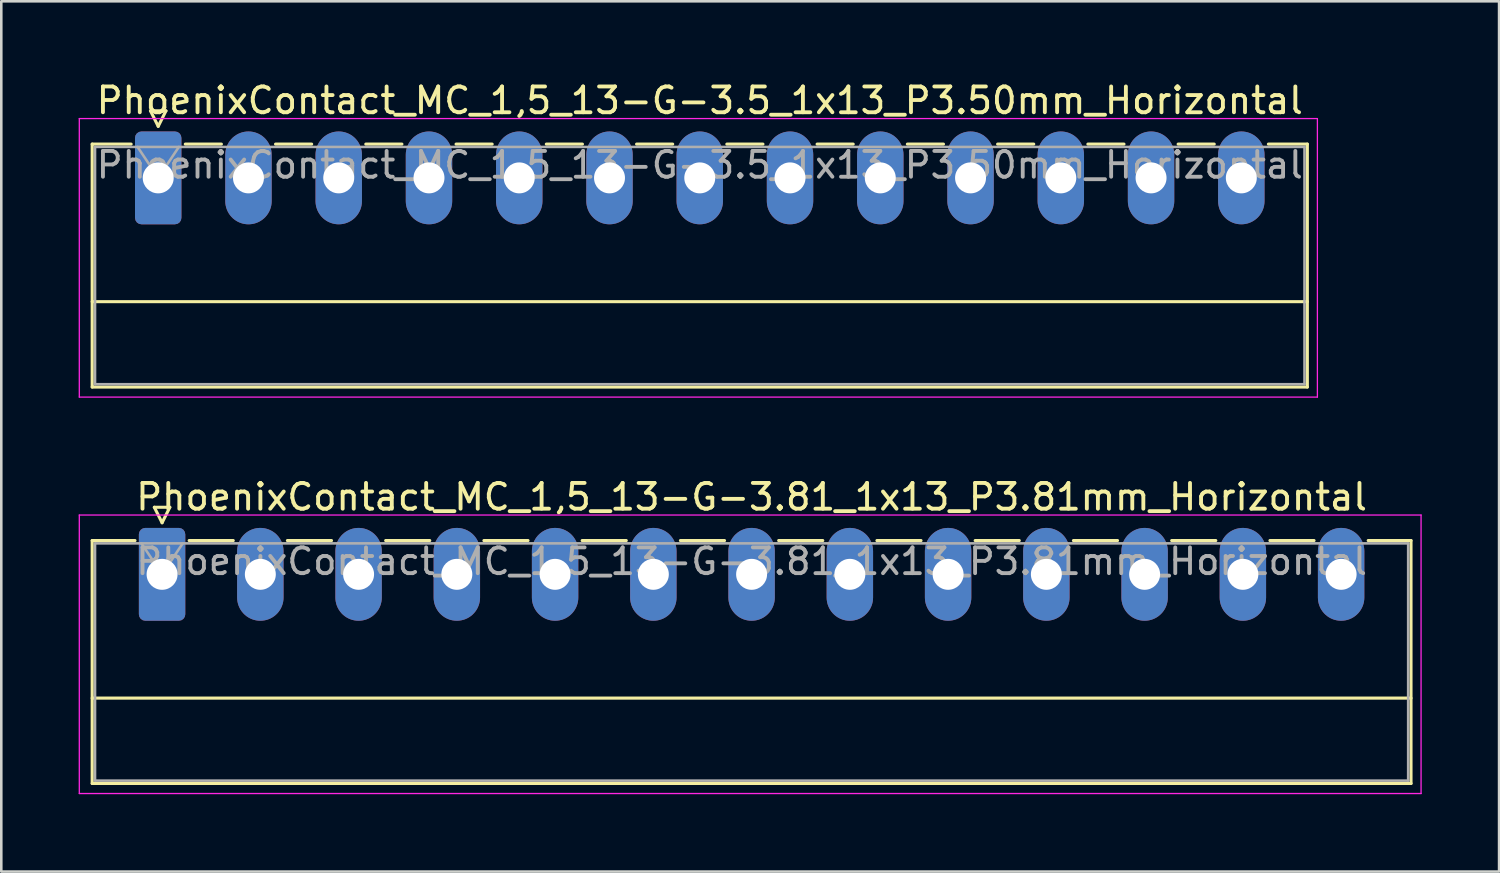
<source format=kicad_pcb>
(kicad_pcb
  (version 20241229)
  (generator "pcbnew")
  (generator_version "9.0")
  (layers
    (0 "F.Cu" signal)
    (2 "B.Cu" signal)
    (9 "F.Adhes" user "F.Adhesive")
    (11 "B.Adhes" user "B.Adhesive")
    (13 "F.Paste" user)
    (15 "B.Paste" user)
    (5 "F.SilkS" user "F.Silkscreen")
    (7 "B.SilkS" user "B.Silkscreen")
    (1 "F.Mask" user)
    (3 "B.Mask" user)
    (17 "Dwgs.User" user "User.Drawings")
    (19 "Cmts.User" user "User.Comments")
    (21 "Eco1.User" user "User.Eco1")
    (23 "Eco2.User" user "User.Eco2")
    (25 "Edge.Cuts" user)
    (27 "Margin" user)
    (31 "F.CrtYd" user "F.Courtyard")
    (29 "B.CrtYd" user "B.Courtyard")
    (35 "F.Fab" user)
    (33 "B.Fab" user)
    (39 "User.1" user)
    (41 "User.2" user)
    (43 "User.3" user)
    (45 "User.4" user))
  (footprint "PhoenixContact_MC_1,5_13-G-3.81_1x13_P3.81mm_Horizontal"
    (layer "F.Cu")
    (at 3.235 19.221)
    (property "Reference" "PhoenixContact_MC_1,5_13-G-3.81_1x13_P3.81mm_Horizontal" (at 22.86 -3 0) (layer "F.SilkS") (effects (font (size 1 1) (thickness 0.15))))
    (attr through_hole)
    (fp_line (start -2.71 -1.31) (end -2.71 8.11) (stroke (width 0.12) (type solid)) (layer "F.SilkS"))
    (fp_line (start -2.71 -1.31) (end -1.05 -1.31) (stroke (width 0.12) (type solid)) (layer "F.SilkS"))
    (fp_line (start -2.71 4.8) (end 48.43 4.8) (stroke (width 0.12) (type solid)) (layer "F.SilkS"))
    (fp_line (start -2.71 8.11) (end 48.43 8.11) (stroke (width 0.12) (type solid)) (layer "F.SilkS"))
    (fp_line (start -0.3 -2.6) (end 0.3 -2.6) (stroke (width 0.12) (type solid)) (layer "F.SilkS"))
    (fp_line (start 0 -2) (end -0.3 -2.6) (stroke (width 0.12) (type solid)) (layer "F.SilkS"))
    (fp_line (start 0.3 -2.6) (end 0 -2) (stroke (width 0.12) (type solid)) (layer "F.SilkS"))
    (fp_line (start 1.05 -1.31) (end 2.76 -1.31) (stroke (width 0.12) (type solid)) (layer "F.SilkS"))
    (fp_line (start 4.86 -1.31) (end 6.57 -1.31) (stroke (width 0.12) (type solid)) (layer "F.SilkS"))
    (fp_line (start 8.67 -1.31) (end 10.38 -1.31) (stroke (width 0.12) (type solid)) (layer "F.SilkS"))
    (fp_line (start 12.48 -1.31) (end 14.19 -1.31) (stroke (width 0.12) (type solid)) (layer "F.SilkS"))
    (fp_line (start 16.29 -1.31) (end 18 -1.31) (stroke (width 0.12) (type solid)) (layer "F.SilkS"))
    (fp_line (start 20.1 -1.31) (end 21.81 -1.31) (stroke (width 0.12) (type solid)) (layer "F.SilkS"))
    (fp_line (start 23.91 -1.31) (end 25.62 -1.31) (stroke (width 0.12) (type solid)) (layer "F.SilkS"))
    (fp_line (start 27.72 -1.31) (end 29.43 -1.31) (stroke (width 0.12) (type solid)) (layer "F.SilkS"))
    (fp_line (start 31.53 -1.31) (end 33.24 -1.31) (stroke (width 0.12) (type solid)) (layer "F.SilkS"))
    (fp_line (start 35.34 -1.31) (end 37.05 -1.31) (stroke (width 0.12) (type solid)) (layer "F.SilkS"))
    (fp_line (start 39.15 -1.31) (end 40.86 -1.31) (stroke (width 0.12) (type solid)) (layer "F.SilkS"))
    (fp_line (start 42.96 -1.31) (end 44.67 -1.31) (stroke (width 0.12) (type solid)) (layer "F.SilkS"))
    (fp_line (start 48.43 -1.31) (end 46.77 -1.31) (stroke (width 0.12) (type solid)) (layer "F.SilkS"))
    (fp_line (start 48.43 8.11) (end 48.43 -1.31) (stroke (width 0.12) (type solid)) (layer "F.SilkS"))
    (fp_line (start -3.21 -2.3) (end -3.21 8.5) (stroke (width 0.05) (type solid)) (layer "F.CrtYd"))
    (fp_line (start -3.21 8.5) (end 48.82 8.5) (stroke (width 0.05) (type solid)) (layer "F.CrtYd"))
    (fp_line (start 48.82 -2.3) (end -3.21 -2.3) (stroke (width 0.05) (type solid)) (layer "F.CrtYd"))
    (fp_line (start 48.82 8.5) (end 48.82 -2.3) (stroke (width 0.05) (type solid)) (layer "F.CrtYd"))
    (fp_line (start -2.6 -1.2) (end -2.6 8) (stroke (width 0.1) (type solid)) (layer "F.Fab"))
    (fp_line (start -2.6 8) (end 48.32 8) (stroke (width 0.1) (type solid)) (layer "F.Fab"))
    (fp_line (start 0 0) (end -0.8 -1.2) (stroke (width 0.1) (type solid)) (layer "F.Fab"))
    (fp_line (start 0.8 -1.2) (end 0 0) (stroke (width 0.1) (type solid)) (layer "F.Fab"))
    (fp_line (start 48.32 -1.2) (end -2.6 -1.2) (stroke (width 0.1) (type solid)) (layer "F.Fab"))
    (fp_line (start 48.32 8) (end 48.32 -1.2) (stroke (width 0.1) (type solid)) (layer "F.Fab"))
    (fp_text user "${REFERENCE}" (at 22.86 -0.5 0) (layer "F.Fab") (effects (font (size 1 1) (thickness 0.15))))
    (pad "1" thru_hole roundrect (at 0 0) (size 1.8 3.6) (drill 1.2) (layers "*.Cu" "*.Mask") (roundrect_rratio 0.139))
    (pad "2" thru_hole oval (at 3.81 0) (size 1.8 3.6) (drill 1.2) (layers "*.Cu" "*.Mask"))
    (pad "3" thru_hole oval (at 7.62 0) (size 1.8 3.6) (drill 1.2) (layers "*.Cu" "*.Mask"))
    (pad "4" thru_hole oval (at 11.43 0) (size 1.8 3.6) (drill 1.2) (layers "*.Cu" "*.Mask"))
    (pad "5" thru_hole oval (at 15.24 0) (size 1.8 3.6) (drill 1.2) (layers "*.Cu" "*.Mask"))
    (pad "6" thru_hole oval (at 19.05 0) (size 1.8 3.6) (drill 1.2) (layers "*.Cu" "*.Mask"))
    (pad "7" thru_hole oval (at 22.86 0) (size 1.8 3.6) (drill 1.2) (layers "*.Cu" "*.Mask"))
    (pad "8" thru_hole oval (at 26.67 0) (size 1.8 3.6) (drill 1.2) (layers "*.Cu" "*.Mask"))
    (pad "9" thru_hole oval (at 30.48 0) (size 1.8 3.6) (drill 1.2) (layers "*.Cu" "*.Mask"))
    (pad "10" thru_hole oval (at 34.29 0) (size 1.8 3.6) (drill 1.2) (layers "*.Cu" "*.Mask"))
    (pad "11" thru_hole oval (at 38.1 0) (size 1.8 3.6) (drill 1.2) (layers "*.Cu" "*.Mask"))
    (pad "12" thru_hole oval (at 41.91 0) (size 1.8 3.6) (drill 1.2) (layers "*.Cu" "*.Mask"))
    (pad "13" thru_hole oval (at 45.72 0) (size 1.8 3.6) (drill 1.2) (layers "*.Cu" "*.Mask")))
  (footprint "PhoenixContact_MC_1,5_13-G-3.5_1x13_P3.50mm_Horizontal"
    (layer "F.Cu")
    (at 3.085 3.848)
    (property "Reference" "PhoenixContact_MC_1,5_13-G-3.5_1x13_P3.50mm_Horizontal" (at 21 -3 0) (layer "F.SilkS") (effects (font (size 1 1) (thickness 0.15))))
    (attr through_hole)
    (fp_line (start -2.56 -1.31) (end -2.56 8.11) (stroke (width 0.12) (type solid)) (layer "F.SilkS"))
    (fp_line (start -2.56 -1.31) (end -1.05 -1.31) (stroke (width 0.12) (type solid)) (layer "F.SilkS"))
    (fp_line (start -2.56 4.8) (end 44.56 4.8) (stroke (width 0.12) (type solid)) (layer "F.SilkS"))
    (fp_line (start -2.56 8.11) (end 44.56 8.11) (stroke (width 0.12) (type solid)) (layer "F.SilkS"))
    (fp_line (start -0.3 -2.6) (end 0.3 -2.6) (stroke (width 0.12) (type solid)) (layer "F.SilkS"))
    (fp_line (start 0 -2) (end -0.3 -2.6) (stroke (width 0.12) (type solid)) (layer "F.SilkS"))
    (fp_line (start 0.3 -2.6) (end 0 -2) (stroke (width 0.12) (type solid)) (layer "F.SilkS"))
    (fp_line (start 1.05 -1.31) (end 2.45 -1.31) (stroke (width 0.12) (type solid)) (layer "F.SilkS"))
    (fp_line (start 4.55 -1.31) (end 5.95 -1.31) (stroke (width 0.12) (type solid)) (layer "F.SilkS"))
    (fp_line (start 8.05 -1.31) (end 9.45 -1.31) (stroke (width 0.12) (type solid)) (layer "F.SilkS"))
    (fp_line (start 11.55 -1.31) (end 12.95 -1.31) (stroke (width 0.12) (type solid)) (layer "F.SilkS"))
    (fp_line (start 15.05 -1.31) (end 16.45 -1.31) (stroke (width 0.12) (type solid)) (layer "F.SilkS"))
    (fp_line (start 18.55 -1.31) (end 19.95 -1.31) (stroke (width 0.12) (type solid)) (layer "F.SilkS"))
    (fp_line (start 22.05 -1.31) (end 23.45 -1.31) (stroke (width 0.12) (type solid)) (layer "F.SilkS"))
    (fp_line (start 25.55 -1.31) (end 26.95 -1.31) (stroke (width 0.12) (type solid)) (layer "F.SilkS"))
    (fp_line (start 29.05 -1.31) (end 30.45 -1.31) (stroke (width 0.12) (type solid)) (layer "F.SilkS"))
    (fp_line (start 32.55 -1.31) (end 33.95 -1.31) (stroke (width 0.12) (type solid)) (layer "F.SilkS"))
    (fp_line (start 36.05 -1.31) (end 37.45 -1.31) (stroke (width 0.12) (type solid)) (layer "F.SilkS"))
    (fp_line (start 39.55 -1.31) (end 40.95 -1.31) (stroke (width 0.12) (type solid)) (layer "F.SilkS"))
    (fp_line (start 44.56 -1.31) (end 43.05 -1.31) (stroke (width 0.12) (type solid)) (layer "F.SilkS"))
    (fp_line (start 44.56 8.11) (end 44.56 -1.31) (stroke (width 0.12) (type solid)) (layer "F.SilkS"))
    (fp_line (start -3.06 -2.3) (end -3.06 8.5) (stroke (width 0.05) (type solid)) (layer "F.CrtYd"))
    (fp_line (start -3.06 8.5) (end 44.95 8.5) (stroke (width 0.05) (type solid)) (layer "F.CrtYd"))
    (fp_line (start 44.95 -2.3) (end -3.06 -2.3) (stroke (width 0.05) (type solid)) (layer "F.CrtYd"))
    (fp_line (start 44.95 8.5) (end 44.95 -2.3) (stroke (width 0.05) (type solid)) (layer "F.CrtYd"))
    (fp_line (start -2.45 -1.2) (end -2.45 8) (stroke (width 0.1) (type solid)) (layer "F.Fab"))
    (fp_line (start -2.45 8) (end 44.45 8) (stroke (width 0.1) (type solid)) (layer "F.Fab"))
    (fp_line (start 0 0) (end -0.8 -1.2) (stroke (width 0.1) (type solid)) (layer "F.Fab"))
    (fp_line (start 0.8 -1.2) (end 0 0) (stroke (width 0.1) (type solid)) (layer "F.Fab"))
    (fp_line (start 44.45 -1.2) (end -2.45 -1.2) (stroke (width 0.1) (type solid)) (layer "F.Fab"))
    (fp_line (start 44.45 8) (end 44.45 -1.2) (stroke (width 0.1) (type solid)) (layer "F.Fab"))
    (fp_text user "${REFERENCE}" (at 21 -0.5 0) (layer "F.Fab") (effects (font (size 1 1) (thickness 0.15))))
    (pad "1" thru_hole roundrect (at 0 0) (size 1.8 3.6) (drill 1.2) (layers "*.Cu" "*.Mask") (roundrect_rratio 0.139))
    (pad "2" thru_hole oval (at 3.5 0) (size 1.8 3.6) (drill 1.2) (layers "*.Cu" "*.Mask"))
    (pad "3" thru_hole oval (at 7 0) (size 1.8 3.6) (drill 1.2) (layers "*.Cu" "*.Mask"))
    (pad "4" thru_hole oval (at 10.5 0) (size 1.8 3.6) (drill 1.2) (layers "*.Cu" "*.Mask"))
    (pad "5" thru_hole oval (at 14 0) (size 1.8 3.6) (drill 1.2) (layers "*.Cu" "*.Mask"))
    (pad "6" thru_hole oval (at 17.5 0) (size 1.8 3.6) (drill 1.2) (layers "*.Cu" "*.Mask"))
    (pad "7" thru_hole oval (at 21 0) (size 1.8 3.6) (drill 1.2) (layers "*.Cu" "*.Mask"))
    (pad "8" thru_hole oval (at 24.5 0) (size 1.8 3.6) (drill 1.2) (layers "*.Cu" "*.Mask"))
    (pad "9" thru_hole oval (at 28 0) (size 1.8 3.6) (drill 1.2) (layers "*.Cu" "*.Mask"))
    (pad "10" thru_hole oval (at 31.5 0) (size 1.8 3.6) (drill 1.2) (layers "*.Cu" "*.Mask"))
    (pad "11" thru_hole oval (at 35 0) (size 1.8 3.6) (drill 1.2) (layers "*.Cu" "*.Mask"))
    (pad "12" thru_hole oval (at 38.5 0) (size 1.8 3.6) (drill 1.2) (layers "*.Cu" "*.Mask"))
    (pad "13" thru_hole oval (at 42 0) (size 1.8 3.6) (drill 1.2) (layers "*.Cu" "*.Mask")))
  (gr_rect
    (start -3 -3)
    (end 55.08 30.747)
    (stroke (width 0.1) (type default))
    (fill no)
    (layer "Edge.Cuts")))
</source>
